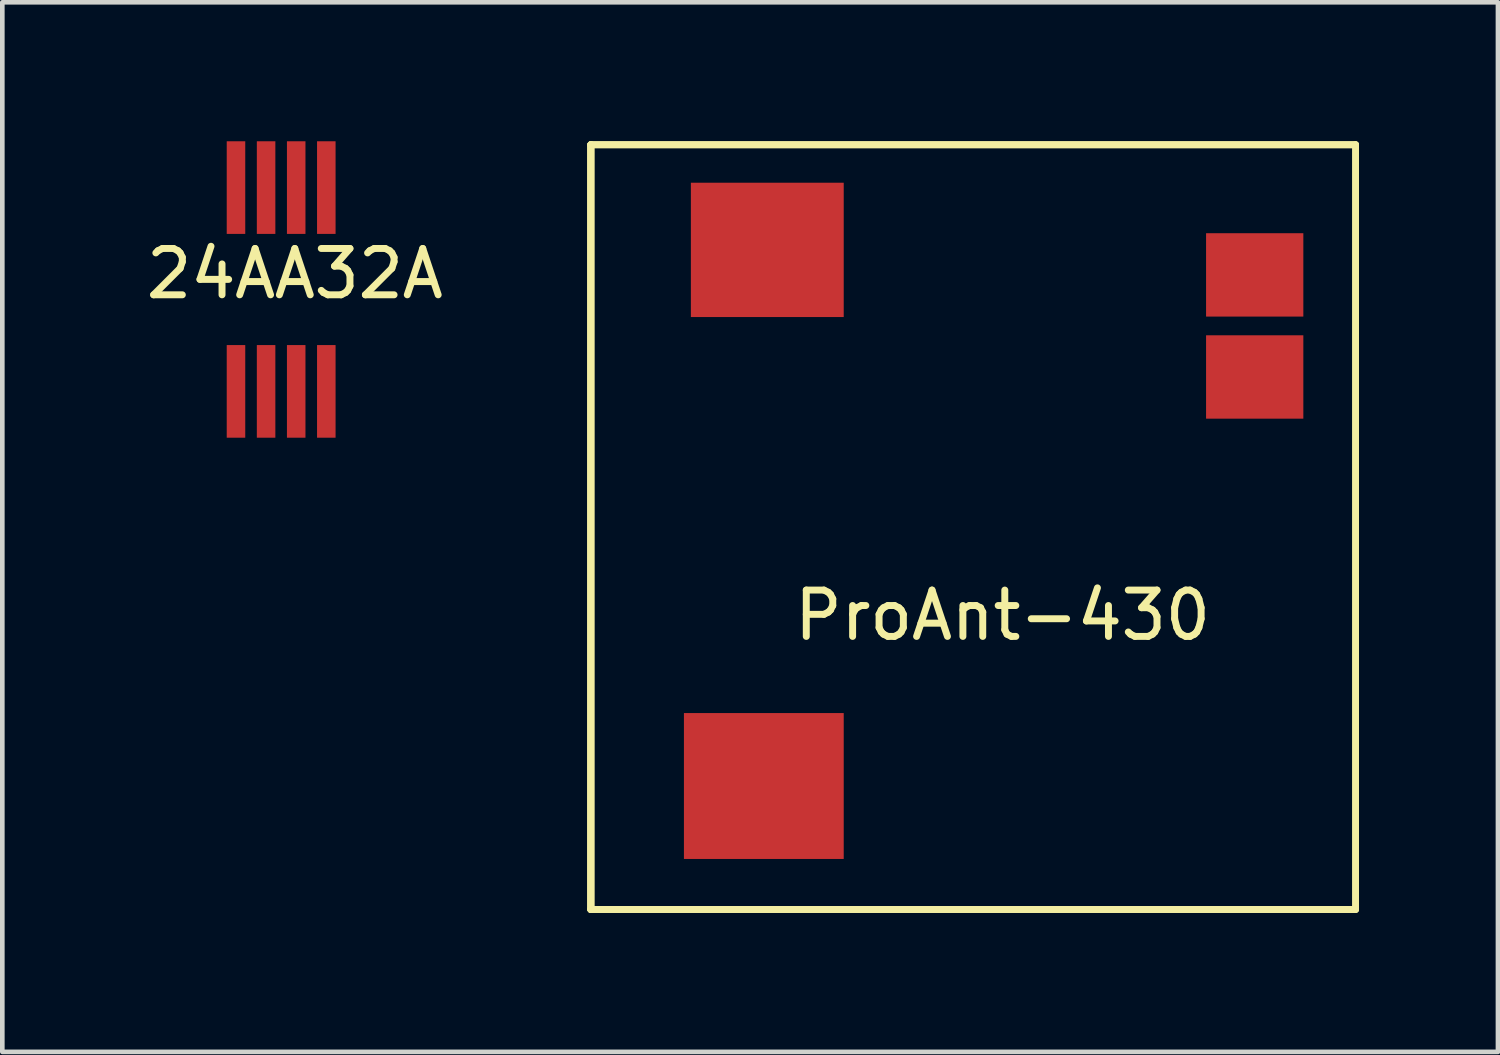
<source format=kicad_pcb>
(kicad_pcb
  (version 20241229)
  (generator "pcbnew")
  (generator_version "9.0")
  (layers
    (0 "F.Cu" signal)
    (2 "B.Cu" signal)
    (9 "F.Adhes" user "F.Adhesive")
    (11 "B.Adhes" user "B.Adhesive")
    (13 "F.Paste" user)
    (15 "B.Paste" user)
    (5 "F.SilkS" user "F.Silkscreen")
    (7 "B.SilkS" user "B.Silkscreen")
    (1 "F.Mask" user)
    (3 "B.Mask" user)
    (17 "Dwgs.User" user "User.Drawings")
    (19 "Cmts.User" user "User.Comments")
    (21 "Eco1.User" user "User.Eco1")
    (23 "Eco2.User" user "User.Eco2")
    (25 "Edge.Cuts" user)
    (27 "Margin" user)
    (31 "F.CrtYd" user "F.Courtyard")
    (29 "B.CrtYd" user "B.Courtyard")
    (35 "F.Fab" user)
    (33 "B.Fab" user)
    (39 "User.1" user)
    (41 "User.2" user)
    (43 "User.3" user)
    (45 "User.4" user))
  (footprint "24AA32A"
    (layer "F.Cu")
    (at 2.045 5.4)
    (property "Reference" "24AA32A" (at 1.27 -2.54 0) (layer "F.SilkS") (effects (font (size 1 1) (thickness 0.15))))
    (attr through_hole)
    (pad "0" smd rect (at 0 0) (size 0.4 2) (layers "F.Cu" "F.Mask" "F.Paste"))
    (pad "1" smd rect (at 0.65 0) (size 0.4 2) (layers "F.Cu" "F.Mask" "F.Paste"))
    (pad "2" smd rect (at 1.3 0) (size 0.4 2) (layers "F.Cu" "F.Mask" "F.Paste"))
    (pad "3" smd rect (at 1.95 0) (size 0.4 2) (layers "F.Cu" "F.Mask" "F.Paste"))
    (pad "4" smd rect (at 0 -4.4) (size 0.4 2) (layers "F.Cu" "F.Mask" "F.Paste"))
    (pad "5" smd rect (at 0.65 -4.4) (size 0.4 2) (layers "F.Cu" "F.Mask" "F.Paste"))
    (pad "6" smd rect (at 1.3 -4.4) (size 0.4 2) (layers "F.Cu" "F.Mask" "F.Paste"))
    (pad "7" smd rect (at 1.95 -4.4) (size 0.4 2) (layers "F.Cu" "F.Mask" "F.Paste")))
  (footprint "ProAnt-430"
    (layer "F.Cu")
    (at 13.516 14.045)
    (property "Reference" "ProAnt-430" (at 5.08 -3.81 0) (layer "F.SilkS") (effects (font (size 1 1) (thickness 0.15))))
    (attr through_hole)
    (fp_line (start -3.81 -13.97) (end -3.81 2.54) (stroke (width 0.15) (type solid)) (layer "F.SilkS"))
    (fp_line (start -3.81 -13.97) (end -3.81 2.54) (stroke (width 0.15) (type solid)) (layer "F.SilkS"))
    (fp_line (start -3.81 -13.97) (end -3.81 2.54) (stroke (width 0.15) (type solid)) (layer "F.SilkS"))
    (fp_line (start -3.81 -13.97) (end 12.7 -13.97) (stroke (width 0.15) (type solid)) (layer "F.SilkS"))
    (fp_line (start -3.81 2.54) (end 12.7 2.54) (stroke (width 0.15) (type solid)) (layer "F.SilkS"))
    (fp_line (start -3.81 2.54) (end 12.7 2.54) (stroke (width 0.15) (type solid)) (layer "F.SilkS"))
    (fp_line (start 12.7 -13.97) (end -3.81 -13.97) (stroke (width 0.15) (type solid)) (layer "F.SilkS"))
    (fp_line (start 12.7 2.54) (end 12.7 -13.97) (stroke (width 0.15) (type solid)) (layer "F.SilkS"))
    (pad "1" smd rect (at 10.523 -11.16) (size 2.1 1.8) (layers "F.Cu" "F.Mask" "F.Paste"))
    (pad "2" smd rect (at 10.523 -8.956) (size 2.1 1.8) (layers "F.Cu" "F.Mask" "F.Paste"))
    (pad "3" smd rect (at 0 -11.7) (size 3.3 2.9) (layers "F.Cu" "F.Mask" "F.Paste"))
    (pad "4" smd rect (at -0.075 -0.125) (size 3.45 3.15) (layers "F.Cu" "F.Mask" "F.Paste")))
  (gr_rect
    (start -3 -3)
    (end 29.291 19.66)
    (stroke (width 0.1) (type default))
    (fill no)
    (layer "Edge.Cuts")))
</source>
